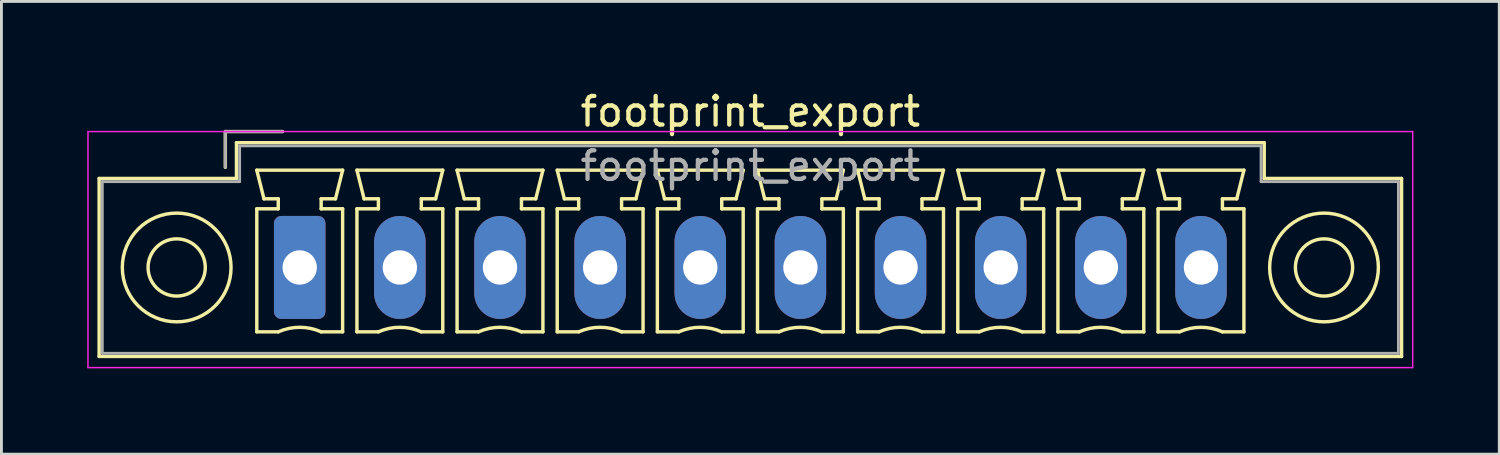
<source format=kicad_pcb>
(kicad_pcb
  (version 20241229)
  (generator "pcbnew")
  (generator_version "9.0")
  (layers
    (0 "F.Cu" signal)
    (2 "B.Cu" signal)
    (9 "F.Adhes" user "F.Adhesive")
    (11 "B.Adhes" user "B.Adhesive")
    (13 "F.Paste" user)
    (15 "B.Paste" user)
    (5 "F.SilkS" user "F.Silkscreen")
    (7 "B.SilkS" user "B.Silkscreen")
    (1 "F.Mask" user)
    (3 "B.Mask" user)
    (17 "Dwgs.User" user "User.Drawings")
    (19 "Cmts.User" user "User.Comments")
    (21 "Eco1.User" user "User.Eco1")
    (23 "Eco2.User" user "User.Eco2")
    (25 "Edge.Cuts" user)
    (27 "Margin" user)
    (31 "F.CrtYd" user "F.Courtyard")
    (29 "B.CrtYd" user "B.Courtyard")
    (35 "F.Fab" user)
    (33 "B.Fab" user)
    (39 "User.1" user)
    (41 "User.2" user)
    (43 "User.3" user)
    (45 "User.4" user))
  (footprint "footprint_export"
    (layer "F.Cu")
    (at 7.425 6.298)
    (property "Reference" "footprint_export" (at 15.75 -5.45 0) (layer "F.SilkS") (effects (font (size 1 1) (thickness 0.15))))
    (attr through_hole)
    (fp_line (start -7.01 -3.11) (end -7.01 3.11) (stroke (width 0.12) (type solid)) (layer "F.SilkS"))
    (fp_line (start -7.01 3.11) (end 38.51 3.11) (stroke (width 0.12) (type solid)) (layer "F.SilkS"))
    (fp_line (start -2.6 -4.75) (end -0.6 -4.75) (stroke (width 0.12) (type solid)) (layer "F.SilkS"))
    (fp_line (start -2.6 -3.5) (end -2.6 -4.75) (stroke (width 0.12) (type solid)) (layer "F.SilkS"))
    (fp_line (start -2.21 -4.36) (end -2.21 -3.11) (stroke (width 0.12) (type solid)) (layer "F.SilkS"))
    (fp_line (start -2.21 -3.11) (end -7.01 -3.11) (stroke (width 0.12) (type solid)) (layer "F.SilkS"))
    (fp_line (start -1.5 -3.4) (end 1.5 -3.4) (stroke (width 0.12) (type solid)) (layer "F.SilkS"))
    (fp_line (start -1.5 -2.05) (end -0.75 -2.05) (stroke (width 0.12) (type solid)) (layer "F.SilkS"))
    (fp_line (start -1.5 2.25) (end -1.5 -2.05) (stroke (width 0.12) (type solid)) (layer "F.SilkS"))
    (fp_line (start -1.25 -2.4) (end -1.5 -3.4) (stroke (width 0.12) (type solid)) (layer "F.SilkS"))
    (fp_line (start -0.75 -2.4) (end -1.25 -2.4) (stroke (width 0.12) (type solid)) (layer "F.SilkS"))
    (fp_line (start -0.75 -2.05) (end -0.75 -2.4) (stroke (width 0.12) (type solid)) (layer "F.SilkS"))
    (fp_line (start -0.75 2.25) (end -1.5 2.25) (stroke (width 0.12) (type solid)) (layer "F.SilkS"))
    (fp_line (start 0.75 -2.4) (end 0.75 -2.05) (stroke (width 0.12) (type solid)) (layer "F.SilkS"))
    (fp_line (start 0.75 -2.05) (end 1.5 -2.05) (stroke (width 0.12) (type solid)) (layer "F.SilkS"))
    (fp_line (start 1.25 -2.4) (end 0.75 -2.4) (stroke (width 0.12) (type solid)) (layer "F.SilkS"))
    (fp_line (start 1.5 -3.4) (end 1.25 -2.4) (stroke (width 0.12) (type solid)) (layer "F.SilkS"))
    (fp_line (start 1.5 -2.05) (end 1.5 2.25) (stroke (width 0.12) (type solid)) (layer "F.SilkS"))
    (fp_line (start 1.5 2.25) (end 0.75 2.25) (stroke (width 0.12) (type solid)) (layer "F.SilkS"))
    (fp_line (start 2 -3.4) (end 5 -3.4) (stroke (width 0.12) (type solid)) (layer "F.SilkS"))
    (fp_line (start 2 -2.05) (end 2.75 -2.05) (stroke (width 0.12) (type solid)) (layer "F.SilkS"))
    (fp_line (start 2 2.25) (end 2 -2.05) (stroke (width 0.12) (type solid)) (layer "F.SilkS"))
    (fp_line (start 2.25 -2.4) (end 2 -3.4) (stroke (width 0.12) (type solid)) (layer "F.SilkS"))
    (fp_line (start 2.75 -2.4) (end 2.25 -2.4) (stroke (width 0.12) (type solid)) (layer "F.SilkS"))
    (fp_line (start 2.75 -2.05) (end 2.75 -2.4) (stroke (width 0.12) (type solid)) (layer "F.SilkS"))
    (fp_line (start 2.75 2.25) (end 2 2.25) (stroke (width 0.12) (type solid)) (layer "F.SilkS"))
    (fp_line (start 4.25 -2.4) (end 4.25 -2.05) (stroke (width 0.12) (type solid)) (layer "F.SilkS"))
    (fp_line (start 4.25 -2.05) (end 5 -2.05) (stroke (width 0.12) (type solid)) (layer "F.SilkS"))
    (fp_line (start 4.75 -2.4) (end 4.25 -2.4) (stroke (width 0.12) (type solid)) (layer "F.SilkS"))
    (fp_line (start 5 -3.4) (end 4.75 -2.4) (stroke (width 0.12) (type solid)) (layer "F.SilkS"))
    (fp_line (start 5 -2.05) (end 5 2.25) (stroke (width 0.12) (type solid)) (layer "F.SilkS"))
    (fp_line (start 5 2.25) (end 4.25 2.25) (stroke (width 0.12) (type solid)) (layer "F.SilkS"))
    (fp_line (start 5.5 -3.4) (end 8.5 -3.4) (stroke (width 0.12) (type solid)) (layer "F.SilkS"))
    (fp_line (start 5.5 -2.05) (end 6.25 -2.05) (stroke (width 0.12) (type solid)) (layer "F.SilkS"))
    (fp_line (start 5.5 2.25) (end 5.5 -2.05) (stroke (width 0.12) (type solid)) (layer "F.SilkS"))
    (fp_line (start 5.75 -2.4) (end 5.5 -3.4) (stroke (width 0.12) (type solid)) (layer "F.SilkS"))
    (fp_line (start 6.25 -2.4) (end 5.75 -2.4) (stroke (width 0.12) (type solid)) (layer "F.SilkS"))
    (fp_line (start 6.25 -2.05) (end 6.25 -2.4) (stroke (width 0.12) (type solid)) (layer "F.SilkS"))
    (fp_line (start 6.25 2.25) (end 5.5 2.25) (stroke (width 0.12) (type solid)) (layer "F.SilkS"))
    (fp_line (start 7.75 -2.4) (end 7.75 -2.05) (stroke (width 0.12) (type solid)) (layer "F.SilkS"))
    (fp_line (start 7.75 -2.05) (end 8.5 -2.05) (stroke (width 0.12) (type solid)) (layer "F.SilkS"))
    (fp_line (start 8.25 -2.4) (end 7.75 -2.4) (stroke (width 0.12) (type solid)) (layer "F.SilkS"))
    (fp_line (start 8.5 -3.4) (end 8.25 -2.4) (stroke (width 0.12) (type solid)) (layer "F.SilkS"))
    (fp_line (start 8.5 -2.05) (end 8.5 2.25) (stroke (width 0.12) (type solid)) (layer "F.SilkS"))
    (fp_line (start 8.5 2.25) (end 7.75 2.25) (stroke (width 0.12) (type solid)) (layer "F.SilkS"))
    (fp_line (start 9 -3.4) (end 12 -3.4) (stroke (width 0.12) (type solid)) (layer "F.SilkS"))
    (fp_line (start 9 -2.05) (end 9.75 -2.05) (stroke (width 0.12) (type solid)) (layer "F.SilkS"))
    (fp_line (start 9 2.25) (end 9 -2.05) (stroke (width 0.12) (type solid)) (layer "F.SilkS"))
    (fp_line (start 9.25 -2.4) (end 9 -3.4) (stroke (width 0.12) (type solid)) (layer "F.SilkS"))
    (fp_line (start 9.75 -2.4) (end 9.25 -2.4) (stroke (width 0.12) (type solid)) (layer "F.SilkS"))
    (fp_line (start 9.75 -2.05) (end 9.75 -2.4) (stroke (width 0.12) (type solid)) (layer "F.SilkS"))
    (fp_line (start 9.75 2.25) (end 9 2.25) (stroke (width 0.12) (type solid)) (layer "F.SilkS"))
    (fp_line (start 11.25 -2.4) (end 11.25 -2.05) (stroke (width 0.12) (type solid)) (layer "F.SilkS"))
    (fp_line (start 11.25 -2.05) (end 12 -2.05) (stroke (width 0.12) (type solid)) (layer "F.SilkS"))
    (fp_line (start 11.75 -2.4) (end 11.25 -2.4) (stroke (width 0.12) (type solid)) (layer "F.SilkS"))
    (fp_line (start 12 -3.4) (end 11.75 -2.4) (stroke (width 0.12) (type solid)) (layer "F.SilkS"))
    (fp_line (start 12 -2.05) (end 12 2.25) (stroke (width 0.12) (type solid)) (layer "F.SilkS"))
    (fp_line (start 12 2.25) (end 11.25 2.25) (stroke (width 0.12) (type solid)) (layer "F.SilkS"))
    (fp_line (start 12.5 -3.4) (end 15.5 -3.4) (stroke (width 0.12) (type solid)) (layer "F.SilkS"))
    (fp_line (start 12.5 -2.05) (end 13.25 -2.05) (stroke (width 0.12) (type solid)) (layer "F.SilkS"))
    (fp_line (start 12.5 2.25) (end 12.5 -2.05) (stroke (width 0.12) (type solid)) (layer "F.SilkS"))
    (fp_line (start 12.75 -2.4) (end 12.5 -3.4) (stroke (width 0.12) (type solid)) (layer "F.SilkS"))
    (fp_line (start 13.25 -2.4) (end 12.75 -2.4) (stroke (width 0.12) (type solid)) (layer "F.SilkS"))
    (fp_line (start 13.25 -2.05) (end 13.25 -2.4) (stroke (width 0.12) (type solid)) (layer "F.SilkS"))
    (fp_line (start 13.25 2.25) (end 12.5 2.25) (stroke (width 0.12) (type solid)) (layer "F.SilkS"))
    (fp_line (start 14.75 -2.4) (end 14.75 -2.05) (stroke (width 0.12) (type solid)) (layer "F.SilkS"))
    (fp_line (start 14.75 -2.05) (end 15.5 -2.05) (stroke (width 0.12) (type solid)) (layer "F.SilkS"))
    (fp_line (start 15.25 -2.4) (end 14.75 -2.4) (stroke (width 0.12) (type solid)) (layer "F.SilkS"))
    (fp_line (start 15.5 -3.4) (end 15.25 -2.4) (stroke (width 0.12) (type solid)) (layer "F.SilkS"))
    (fp_line (start 15.5 -2.05) (end 15.5 2.25) (stroke (width 0.12) (type solid)) (layer "F.SilkS"))
    (fp_line (start 15.5 2.25) (end 14.75 2.25) (stroke (width 0.12) (type solid)) (layer "F.SilkS"))
    (fp_line (start 16 -3.4) (end 19 -3.4) (stroke (width 0.12) (type solid)) (layer "F.SilkS"))
    (fp_line (start 16 -2.05) (end 16.75 -2.05) (stroke (width 0.12) (type solid)) (layer "F.SilkS"))
    (fp_line (start 16 2.25) (end 16 -2.05) (stroke (width 0.12) (type solid)) (layer "F.SilkS"))
    (fp_line (start 16.25 -2.4) (end 16 -3.4) (stroke (width 0.12) (type solid)) (layer "F.SilkS"))
    (fp_line (start 16.75 -2.4) (end 16.25 -2.4) (stroke (width 0.12) (type solid)) (layer "F.SilkS"))
    (fp_line (start 16.75 -2.05) (end 16.75 -2.4) (stroke (width 0.12) (type solid)) (layer "F.SilkS"))
    (fp_line (start 16.75 2.25) (end 16 2.25) (stroke (width 0.12) (type solid)) (layer "F.SilkS"))
    (fp_line (start 18.25 -2.4) (end 18.25 -2.05) (stroke (width 0.12) (type solid)) (layer "F.SilkS"))
    (fp_line (start 18.25 -2.05) (end 19 -2.05) (stroke (width 0.12) (type solid)) (layer "F.SilkS"))
    (fp_line (start 18.75 -2.4) (end 18.25 -2.4) (stroke (width 0.12) (type solid)) (layer "F.SilkS"))
    (fp_line (start 19 -3.4) (end 18.75 -2.4) (stroke (width 0.12) (type solid)) (layer "F.SilkS"))
    (fp_line (start 19 -2.05) (end 19 2.25) (stroke (width 0.12) (type solid)) (layer "F.SilkS"))
    (fp_line (start 19 2.25) (end 18.25 2.25) (stroke (width 0.12) (type solid)) (layer "F.SilkS"))
    (fp_line (start 19.5 -3.4) (end 22.5 -3.4) (stroke (width 0.12) (type solid)) (layer "F.SilkS"))
    (fp_line (start 19.5 -2.05) (end 20.25 -2.05) (stroke (width 0.12) (type solid)) (layer "F.SilkS"))
    (fp_line (start 19.5 2.25) (end 19.5 -2.05) (stroke (width 0.12) (type solid)) (layer "F.SilkS"))
    (fp_line (start 19.75 -2.4) (end 19.5 -3.4) (stroke (width 0.12) (type solid)) (layer "F.SilkS"))
    (fp_line (start 20.25 -2.4) (end 19.75 -2.4) (stroke (width 0.12) (type solid)) (layer "F.SilkS"))
    (fp_line (start 20.25 -2.05) (end 20.25 -2.4) (stroke (width 0.12) (type solid)) (layer "F.SilkS"))
    (fp_line (start 20.25 2.25) (end 19.5 2.25) (stroke (width 0.12) (type solid)) (layer "F.SilkS"))
    (fp_line (start 21.75 -2.4) (end 21.75 -2.05) (stroke (width 0.12) (type solid)) (layer "F.SilkS"))
    (fp_line (start 21.75 -2.05) (end 22.5 -2.05) (stroke (width 0.12) (type solid)) (layer "F.SilkS"))
    (fp_line (start 22.25 -2.4) (end 21.75 -2.4) (stroke (width 0.12) (type solid)) (layer "F.SilkS"))
    (fp_line (start 22.5 -3.4) (end 22.25 -2.4) (stroke (width 0.12) (type solid)) (layer "F.SilkS"))
    (fp_line (start 22.5 -2.05) (end 22.5 2.25) (stroke (width 0.12) (type solid)) (layer "F.SilkS"))
    (fp_line (start 22.5 2.25) (end 21.75 2.25) (stroke (width 0.12) (type solid)) (layer "F.SilkS"))
    (fp_line (start 23 -3.4) (end 26 -3.4) (stroke (width 0.12) (type solid)) (layer "F.SilkS"))
    (fp_line (start 23 -2.05) (end 23.75 -2.05) (stroke (width 0.12) (type solid)) (layer "F.SilkS"))
    (fp_line (start 23 2.25) (end 23 -2.05) (stroke (width 0.12) (type solid)) (layer "F.SilkS"))
    (fp_line (start 23.25 -2.4) (end 23 -3.4) (stroke (width 0.12) (type solid)) (layer "F.SilkS"))
    (fp_line (start 23.75 -2.4) (end 23.25 -2.4) (stroke (width 0.12) (type solid)) (layer "F.SilkS"))
    (fp_line (start 23.75 -2.05) (end 23.75 -2.4) (stroke (width 0.12) (type solid)) (layer "F.SilkS"))
    (fp_line (start 23.75 2.25) (end 23 2.25) (stroke (width 0.12) (type solid)) (layer "F.SilkS"))
    (fp_line (start 25.25 -2.4) (end 25.25 -2.05) (stroke (width 0.12) (type solid)) (layer "F.SilkS"))
    (fp_line (start 25.25 -2.05) (end 26 -2.05) (stroke (width 0.12) (type solid)) (layer "F.SilkS"))
    (fp_line (start 25.75 -2.4) (end 25.25 -2.4) (stroke (width 0.12) (type solid)) (layer "F.SilkS"))
    (fp_line (start 26 -3.4) (end 25.75 -2.4) (stroke (width 0.12) (type solid)) (layer "F.SilkS"))
    (fp_line (start 26 -2.05) (end 26 2.25) (stroke (width 0.12) (type solid)) (layer "F.SilkS"))
    (fp_line (start 26 2.25) (end 25.25 2.25) (stroke (width 0.12) (type solid)) (layer "F.SilkS"))
    (fp_line (start 26.5 -3.4) (end 29.5 -3.4) (stroke (width 0.12) (type solid)) (layer "F.SilkS"))
    (fp_line (start 26.5 -2.05) (end 27.25 -2.05) (stroke (width 0.12) (type solid)) (layer "F.SilkS"))
    (fp_line (start 26.5 2.25) (end 26.5 -2.05) (stroke (width 0.12) (type solid)) (layer "F.SilkS"))
    (fp_line (start 26.75 -2.4) (end 26.5 -3.4) (stroke (width 0.12) (type solid)) (layer "F.SilkS"))
    (fp_line (start 27.25 -2.4) (end 26.75 -2.4) (stroke (width 0.12) (type solid)) (layer "F.SilkS"))
    (fp_line (start 27.25 -2.05) (end 27.25 -2.4) (stroke (width 0.12) (type solid)) (layer "F.SilkS"))
    (fp_line (start 27.25 2.25) (end 26.5 2.25) (stroke (width 0.12) (type solid)) (layer "F.SilkS"))
    (fp_line (start 28.75 -2.4) (end 28.75 -2.05) (stroke (width 0.12) (type solid)) (layer "F.SilkS"))
    (fp_line (start 28.75 -2.05) (end 29.5 -2.05) (stroke (width 0.12) (type solid)) (layer "F.SilkS"))
    (fp_line (start 29.25 -2.4) (end 28.75 -2.4) (stroke (width 0.12) (type solid)) (layer "F.SilkS"))
    (fp_line (start 29.5 -3.4) (end 29.25 -2.4) (stroke (width 0.12) (type solid)) (layer "F.SilkS"))
    (fp_line (start 29.5 -2.05) (end 29.5 2.25) (stroke (width 0.12) (type solid)) (layer "F.SilkS"))
    (fp_line (start 29.5 2.25) (end 28.75 2.25) (stroke (width 0.12) (type solid)) (layer "F.SilkS"))
    (fp_line (start 30 -3.4) (end 33 -3.4) (stroke (width 0.12) (type solid)) (layer "F.SilkS"))
    (fp_line (start 30 -2.05) (end 30.75 -2.05) (stroke (width 0.12) (type solid)) (layer "F.SilkS"))
    (fp_line (start 30 2.25) (end 30 -2.05) (stroke (width 0.12) (type solid)) (layer "F.SilkS"))
    (fp_line (start 30.25 -2.4) (end 30 -3.4) (stroke (width 0.12) (type solid)) (layer "F.SilkS"))
    (fp_line (start 30.75 -2.4) (end 30.25 -2.4) (stroke (width 0.12) (type solid)) (layer "F.SilkS"))
    (fp_line (start 30.75 -2.05) (end 30.75 -2.4) (stroke (width 0.12) (type solid)) (layer "F.SilkS"))
    (fp_line (start 30.75 2.25) (end 30 2.25) (stroke (width 0.12) (type solid)) (layer "F.SilkS"))
    (fp_line (start 32.25 -2.4) (end 32.25 -2.05) (stroke (width 0.12) (type solid)) (layer "F.SilkS"))
    (fp_line (start 32.25 -2.05) (end 33 -2.05) (stroke (width 0.12) (type solid)) (layer "F.SilkS"))
    (fp_line (start 32.75 -2.4) (end 32.25 -2.4) (stroke (width 0.12) (type solid)) (layer "F.SilkS"))
    (fp_line (start 33 -3.4) (end 32.75 -2.4) (stroke (width 0.12) (type solid)) (layer "F.SilkS"))
    (fp_line (start 33 -2.05) (end 33 2.25) (stroke (width 0.12) (type solid)) (layer "F.SilkS"))
    (fp_line (start 33 2.25) (end 32.25 2.25) (stroke (width 0.12) (type solid)) (layer "F.SilkS"))
    (fp_line (start 33.71 -4.36) (end -2.21 -4.36) (stroke (width 0.12) (type solid)) (layer "F.SilkS"))
    (fp_line (start 33.71 -3.11) (end 33.71 -4.36) (stroke (width 0.12) (type solid)) (layer "F.SilkS"))
    (fp_line (start 38.51 -3.11) (end 33.71 -3.11) (stroke (width 0.12) (type solid)) (layer "F.SilkS"))
    (fp_line (start 38.51 3.11) (end 38.51 -3.11) (stroke (width 0.12) (type solid)) (layer "F.SilkS"))
    (fp_arc (start -0.75 2.25) (mid -0.000193 2.09191) (end 0.749647 2.249844) (stroke (width 0.12) (type solid)) (layer "F.SilkS"))
    (fp_arc (start 2.75 2.25) (mid 3.499807 2.09191) (end 4.249647 2.249844) (stroke (width 0.12) (type solid)) (layer "F.SilkS"))
    (fp_arc (start 6.25 2.25) (mid 6.999807 2.09191) (end 7.749647 2.249844) (stroke (width 0.12) (type solid)) (layer "F.SilkS"))
    (fp_arc (start 9.75 2.25) (mid 10.499807 2.09191) (end 11.249647 2.249844) (stroke (width 0.12) (type solid)) (layer "F.SilkS"))
    (fp_arc (start 13.25 2.25) (mid 13.999807 2.09191) (end 14.749647 2.249844) (stroke (width 0.12) (type solid)) (layer "F.SilkS"))
    (fp_arc (start 16.75 2.25) (mid 17.499807 2.09191) (end 18.249647 2.249844) (stroke (width 0.12) (type solid)) (layer "F.SilkS"))
    (fp_arc (start 20.25 2.25) (mid 20.999807 2.09191) (end 21.749647 2.249844) (stroke (width 0.12) (type solid)) (layer "F.SilkS"))
    (fp_arc (start 23.75 2.25) (mid 24.499807 2.09191) (end 25.249647 2.249844) (stroke (width 0.12) (type solid)) (layer "F.SilkS"))
    (fp_arc (start 27.25 2.25) (mid 27.999807 2.09191) (end 28.749647 2.249844) (stroke (width 0.12) (type solid)) (layer "F.SilkS"))
    (fp_arc (start 30.75 2.25) (mid 31.499807 2.09191) (end 32.249647 2.249844) (stroke (width 0.12) (type solid)) (layer "F.SilkS"))
    (fp_circle (center -4.3 0) (end -3.3 0) (stroke (width 0.12) (type solid)) (fill no) (layer "F.SilkS"))
    (fp_circle (center -4.3 0) (end -2.4 0) (stroke (width 0.12) (type solid)) (fill no) (layer "F.SilkS"))
    (fp_circle (center 35.8 0) (end 36.8 0) (stroke (width 0.12) (type solid)) (fill no) (layer "F.SilkS"))
    (fp_circle (center 35.8 0) (end 37.7 0) (stroke (width 0.12) (type solid)) (fill no) (layer "F.SilkS"))
    (fp_line (start -7.4 -4.75) (end -7.4 3.5) (stroke (width 0.05) (type solid)) (layer "F.CrtYd"))
    (fp_line (start -7.4 3.5) (end 38.9 3.5) (stroke (width 0.05) (type solid)) (layer "F.CrtYd"))
    (fp_line (start 38.9 -4.75) (end -7.4 -4.75) (stroke (width 0.05) (type solid)) (layer "F.CrtYd"))
    (fp_line (start 38.9 3.5) (end 38.9 -4.75) (stroke (width 0.05) (type solid)) (layer "F.CrtYd"))
    (fp_line (start -6.9 -3) (end -6.9 3) (stroke (width 0.1) (type solid)) (layer "F.Fab"))
    (fp_line (start -6.9 3) (end 38.4 3) (stroke (width 0.1) (type solid)) (layer "F.Fab"))
    (fp_line (start -2.6 -4.75) (end -0.6 -4.75) (stroke (width 0.1) (type solid)) (layer "F.Fab"))
    (fp_line (start -2.6 -3.5) (end -2.6 -4.75) (stroke (width 0.1) (type solid)) (layer "F.Fab"))
    (fp_line (start -2.1 -4.25) (end -2.1 -3) (stroke (width 0.1) (type solid)) (layer "F.Fab"))
    (fp_line (start -2.1 -3) (end -6.9 -3) (stroke (width 0.1) (type solid)) (layer "F.Fab"))
    (fp_line (start 33.6 -4.25) (end -2.1 -4.25) (stroke (width 0.1) (type solid)) (layer "F.Fab"))
    (fp_line (start 33.6 -3) (end 33.6 -4.25) (stroke (width 0.1) (type solid)) (layer "F.Fab"))
    (fp_line (start 38.4 -3) (end 33.6 -3) (stroke (width 0.1) (type solid)) (layer "F.Fab"))
    (fp_line (start 38.4 3) (end 38.4 -3) (stroke (width 0.1) (type solid)) (layer "F.Fab"))
    (fp_text user "${REFERENCE}" (at 15.75 -3.55 0) (layer "F.Fab") (effects (font (size 1 1) (thickness 0.15))))
    (pad "1" thru_hole roundrect (at 0 0) (size 1.8 3.6) (drill 1.2) (layers "*.Cu" "*.Mask") (roundrect_rratio 0.139))
    (pad "2" thru_hole oval (at 3.5 0) (size 1.8 3.6) (drill 1.2) (layers "*.Cu" "*.Mask"))
    (pad "3" thru_hole oval (at 7 0) (size 1.8 3.6) (drill 1.2) (layers "*.Cu" "*.Mask"))
    (pad "4" thru_hole oval (at 10.5 0) (size 1.8 3.6) (drill 1.2) (layers "*.Cu" "*.Mask"))
    (pad "5" thru_hole oval (at 14 0) (size 1.8 3.6) (drill 1.2) (layers "*.Cu" "*.Mask"))
    (pad "6" thru_hole oval (at 17.5 0) (size 1.8 3.6) (drill 1.2) (layers "*.Cu" "*.Mask"))
    (pad "7" thru_hole oval (at 21 0) (size 1.8 3.6) (drill 1.2) (layers "*.Cu" "*.Mask"))
    (pad "8" thru_hole oval (at 24.5 0) (size 1.8 3.6) (drill 1.2) (layers "*.Cu" "*.Mask"))
    (pad "9" thru_hole oval (at 28 0) (size 1.8 3.6) (drill 1.2) (layers "*.Cu" "*.Mask"))
    (pad "10" thru_hole oval (at 31.5 0) (size 1.8 3.6) (drill 1.2) (layers "*.Cu" "*.Mask")))
  (gr_rect
    (start -3 -3)
    (end 49.35 12.823)
    (stroke (width 0.1) (type default))
    (fill no)
    (layer "Edge.Cuts")))
</source>
